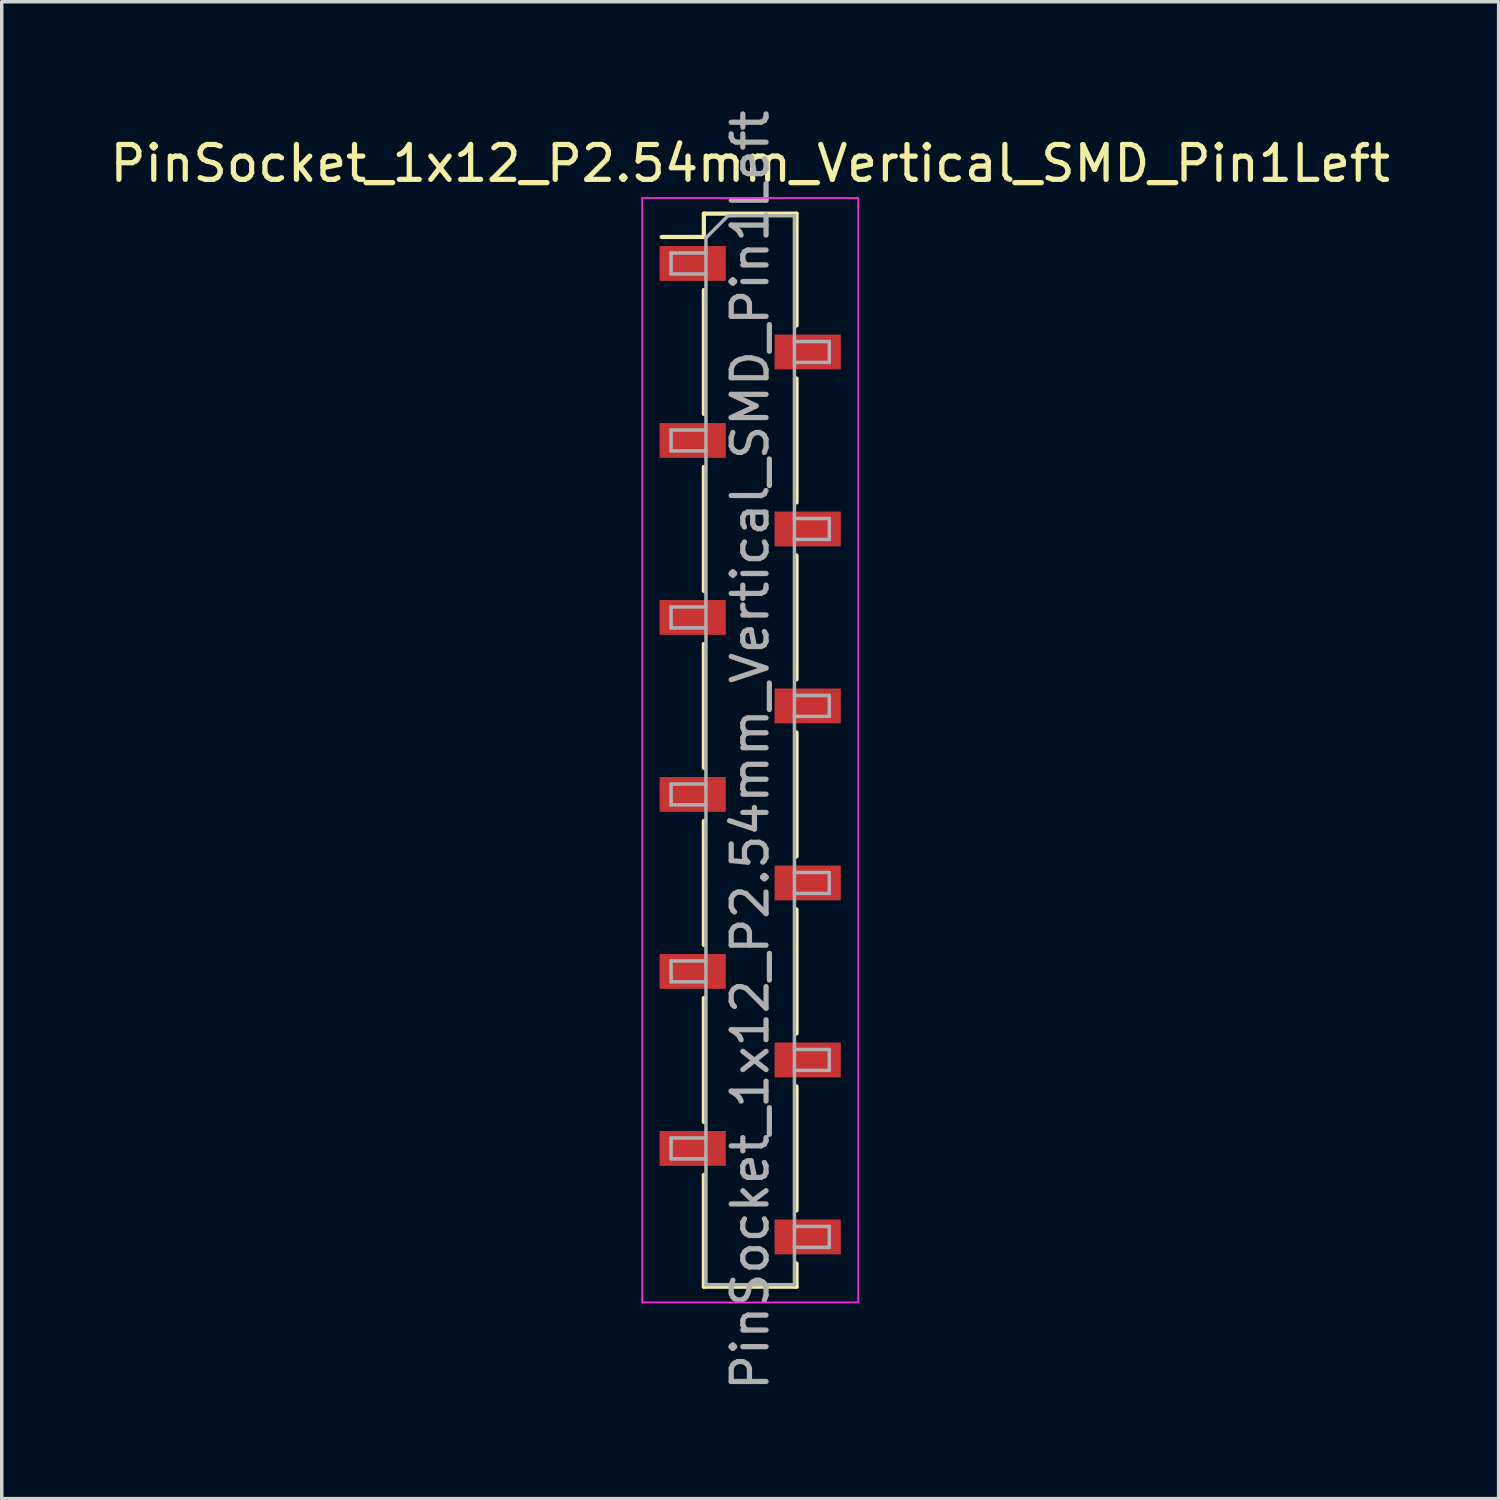
<source format=kicad_pcb>
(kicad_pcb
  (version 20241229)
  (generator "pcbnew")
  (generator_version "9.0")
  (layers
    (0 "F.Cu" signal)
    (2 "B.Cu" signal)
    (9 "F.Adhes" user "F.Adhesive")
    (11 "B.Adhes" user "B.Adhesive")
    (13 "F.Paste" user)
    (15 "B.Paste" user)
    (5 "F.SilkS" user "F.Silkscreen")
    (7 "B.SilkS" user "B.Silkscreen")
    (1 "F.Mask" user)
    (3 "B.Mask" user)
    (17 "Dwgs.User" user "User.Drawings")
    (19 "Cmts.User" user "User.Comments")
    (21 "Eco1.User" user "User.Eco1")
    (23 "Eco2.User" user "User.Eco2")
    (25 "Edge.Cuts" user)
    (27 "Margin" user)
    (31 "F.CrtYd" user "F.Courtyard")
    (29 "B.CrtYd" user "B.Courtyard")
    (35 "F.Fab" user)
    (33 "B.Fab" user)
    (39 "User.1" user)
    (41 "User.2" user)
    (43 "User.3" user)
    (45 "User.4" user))
  (footprint "PinSocket_1x12_P2.54mm_Vertical_SMD_Pin1Left"
    (layer "F.Cu")
    (at 18.482 18.482)
    (property "Reference" "PinSocket_1x12_P2.54mm_Vertical_SMD_Pin1Left" (at 0 -16.84 0) (layer "F.SilkS") (effects (font (size 1 1) (thickness 0.15))))
    (attr smd)
    (fp_line (start -2.54 -14.73) (end -1.33 -14.73) (stroke (width 0.12) (type solid)) (layer "F.SilkS"))
    (fp_line (start -1.33 -15.4) (end -1.33 -14.73) (stroke (width 0.12) (type solid)) (layer "F.SilkS"))
    (fp_line (start -1.33 -15.4) (end 1.33 -15.4) (stroke (width 0.12) (type solid)) (layer "F.SilkS"))
    (fp_line (start -1.33 -13.21) (end -1.33 -9.65) (stroke (width 0.12) (type solid)) (layer "F.SilkS"))
    (fp_line (start -1.33 -8.13) (end -1.33 -4.57) (stroke (width 0.12) (type solid)) (layer "F.SilkS"))
    (fp_line (start -1.33 -3.05) (end -1.33 0.51) (stroke (width 0.12) (type solid)) (layer "F.SilkS"))
    (fp_line (start -1.33 2.03) (end -1.33 5.59) (stroke (width 0.12) (type solid)) (layer "F.SilkS"))
    (fp_line (start -1.33 7.11) (end -1.33 10.67) (stroke (width 0.12) (type solid)) (layer "F.SilkS"))
    (fp_line (start -1.33 12.19) (end -1.33 15.4) (stroke (width 0.12) (type solid)) (layer "F.SilkS"))
    (fp_line (start -1.33 15.4) (end 1.33 15.4) (stroke (width 0.12) (type solid)) (layer "F.SilkS"))
    (fp_line (start 1.33 -15.4) (end 1.33 -12.19) (stroke (width 0.12) (type solid)) (layer "F.SilkS"))
    (fp_line (start 1.33 -10.67) (end 1.33 -7.11) (stroke (width 0.12) (type solid)) (layer "F.SilkS"))
    (fp_line (start 1.33 -5.59) (end 1.33 -2.03) (stroke (width 0.12) (type solid)) (layer "F.SilkS"))
    (fp_line (start 1.33 -0.51) (end 1.33 3.05) (stroke (width 0.12) (type solid)) (layer "F.SilkS"))
    (fp_line (start 1.33 4.57) (end 1.33 8.13) (stroke (width 0.12) (type solid)) (layer "F.SilkS"))
    (fp_line (start 1.33 9.65) (end 1.33 13.21) (stroke (width 0.12) (type solid)) (layer "F.SilkS"))
    (fp_line (start 1.33 14.73) (end 1.33 15.4) (stroke (width 0.12) (type solid)) (layer "F.SilkS"))
    (fp_line (start -3.1 -15.85) (end 3.1 -15.85) (stroke (width 0.05) (type solid)) (layer "F.CrtYd"))
    (fp_line (start -3.1 15.85) (end -3.1 -15.85) (stroke (width 0.05) (type solid)) (layer "F.CrtYd"))
    (fp_line (start 3.1 -15.85) (end 3.1 15.85) (stroke (width 0.05) (type solid)) (layer "F.CrtYd"))
    (fp_line (start 3.1 15.85) (end -3.1 15.85) (stroke (width 0.05) (type solid)) (layer "F.CrtYd"))
    (fp_line (start -2.27 -14.27) (end -1.27 -14.27) (stroke (width 0.1) (type solid)) (layer "F.Fab"))
    (fp_line (start -2.27 -13.67) (end -2.27 -14.27) (stroke (width 0.1) (type solid)) (layer "F.Fab"))
    (fp_line (start -2.27 -9.19) (end -1.27 -9.19) (stroke (width 0.1) (type solid)) (layer "F.Fab"))
    (fp_line (start -2.27 -8.59) (end -2.27 -9.19) (stroke (width 0.1) (type solid)) (layer "F.Fab"))
    (fp_line (start -2.27 -4.11) (end -1.27 -4.11) (stroke (width 0.1) (type solid)) (layer "F.Fab"))
    (fp_line (start -2.27 -3.51) (end -2.27 -4.11) (stroke (width 0.1) (type solid)) (layer "F.Fab"))
    (fp_line (start -2.27 0.97) (end -1.27 0.97) (stroke (width 0.1) (type solid)) (layer "F.Fab"))
    (fp_line (start -2.27 1.57) (end -2.27 0.97) (stroke (width 0.1) (type solid)) (layer "F.Fab"))
    (fp_line (start -2.27 6.05) (end -1.27 6.05) (stroke (width 0.1) (type solid)) (layer "F.Fab"))
    (fp_line (start -2.27 6.65) (end -2.27 6.05) (stroke (width 0.1) (type solid)) (layer "F.Fab"))
    (fp_line (start -2.27 11.13) (end -1.27 11.13) (stroke (width 0.1) (type solid)) (layer "F.Fab"))
    (fp_line (start -2.27 11.73) (end -2.27 11.13) (stroke (width 0.1) (type solid)) (layer "F.Fab"))
    (fp_line (start -1.27 -14.705) (end -0.635 -15.34) (stroke (width 0.1) (type solid)) (layer "F.Fab"))
    (fp_line (start -1.27 -13.67) (end -2.27 -13.67) (stroke (width 0.1) (type solid)) (layer "F.Fab"))
    (fp_line (start -1.27 -8.59) (end -2.27 -8.59) (stroke (width 0.1) (type solid)) (layer "F.Fab"))
    (fp_line (start -1.27 -3.51) (end -2.27 -3.51) (stroke (width 0.1) (type solid)) (layer "F.Fab"))
    (fp_line (start -1.27 1.57) (end -2.27 1.57) (stroke (width 0.1) (type solid)) (layer "F.Fab"))
    (fp_line (start -1.27 6.65) (end -2.27 6.65) (stroke (width 0.1) (type solid)) (layer "F.Fab"))
    (fp_line (start -1.27 11.73) (end -2.27 11.73) (stroke (width 0.1) (type solid)) (layer "F.Fab"))
    (fp_line (start -1.27 15.34) (end -1.27 -14.705) (stroke (width 0.1) (type solid)) (layer "F.Fab"))
    (fp_line (start -0.635 -15.34) (end 1.27 -15.34) (stroke (width 0.1) (type solid)) (layer "F.Fab"))
    (fp_line (start 1.27 -15.34) (end 1.27 15.34) (stroke (width 0.1) (type solid)) (layer "F.Fab"))
    (fp_line (start 1.27 -11.73) (end 2.27 -11.73) (stroke (width 0.1) (type solid)) (layer "F.Fab"))
    (fp_line (start 1.27 -6.65) (end 2.27 -6.65) (stroke (width 0.1) (type solid)) (layer "F.Fab"))
    (fp_line (start 1.27 -1.57) (end 2.27 -1.57) (stroke (width 0.1) (type solid)) (layer "F.Fab"))
    (fp_line (start 1.27 3.51) (end 2.27 3.51) (stroke (width 0.1) (type solid)) (layer "F.Fab"))
    (fp_line (start 1.27 8.59) (end 2.27 8.59) (stroke (width 0.1) (type solid)) (layer "F.Fab"))
    (fp_line (start 1.27 13.67) (end 2.27 13.67) (stroke (width 0.1) (type solid)) (layer "F.Fab"))
    (fp_line (start 1.27 15.34) (end -1.27 15.34) (stroke (width 0.1) (type solid)) (layer "F.Fab"))
    (fp_line (start 2.27 -11.73) (end 2.27 -11.13) (stroke (width 0.1) (type solid)) (layer "F.Fab"))
    (fp_line (start 2.27 -11.13) (end 1.27 -11.13) (stroke (width 0.1) (type solid)) (layer "F.Fab"))
    (fp_line (start 2.27 -6.65) (end 2.27 -6.05) (stroke (width 0.1) (type solid)) (layer "F.Fab"))
    (fp_line (start 2.27 -6.05) (end 1.27 -6.05) (stroke (width 0.1) (type solid)) (layer "F.Fab"))
    (fp_line (start 2.27 -1.57) (end 2.27 -0.97) (stroke (width 0.1) (type solid)) (layer "F.Fab"))
    (fp_line (start 2.27 -0.97) (end 1.27 -0.97) (stroke (width 0.1) (type solid)) (layer "F.Fab"))
    (fp_line (start 2.27 3.51) (end 2.27 4.11) (stroke (width 0.1) (type solid)) (layer "F.Fab"))
    (fp_line (start 2.27 4.11) (end 1.27 4.11) (stroke (width 0.1) (type solid)) (layer "F.Fab"))
    (fp_line (start 2.27 8.59) (end 2.27 9.19) (stroke (width 0.1) (type solid)) (layer "F.Fab"))
    (fp_line (start 2.27 9.19) (end 1.27 9.19) (stroke (width 0.1) (type solid)) (layer "F.Fab"))
    (fp_line (start 2.27 13.67) (end 2.27 14.27) (stroke (width 0.1) (type solid)) (layer "F.Fab"))
    (fp_line (start 2.27 14.27) (end 1.27 14.27) (stroke (width 0.1) (type solid)) (layer "F.Fab"))
    (fp_text user "${REFERENCE}" (at 0 0 90) (layer "F.Fab") (effects (font (size 1 1) (thickness 0.15))))
    (pad "1" smd rect (at -1.65 -13.97) (size 1.9 1) (layers "F.Cu" "F.Mask" "F.Paste"))
    (pad "2" smd rect (at 1.65 -11.43) (size 1.9 1) (layers "F.Cu" "F.Mask" "F.Paste"))
    (pad "3" smd rect (at -1.65 -8.89) (size 1.9 1) (layers "F.Cu" "F.Mask" "F.Paste"))
    (pad "4" smd rect (at 1.65 -6.35) (size 1.9 1) (layers "F.Cu" "F.Mask" "F.Paste"))
    (pad "5" smd rect (at -1.65 -3.81) (size 1.9 1) (layers "F.Cu" "F.Mask" "F.Paste"))
    (pad "6" smd rect (at 1.65 -1.27) (size 1.9 1) (layers "F.Cu" "F.Mask" "F.Paste"))
    (pad "7" smd rect (at -1.65 1.27) (size 1.9 1) (layers "F.Cu" "F.Mask" "F.Paste"))
    (pad "8" smd rect (at 1.65 3.81) (size 1.9 1) (layers "F.Cu" "F.Mask" "F.Paste"))
    (pad "9" smd rect (at -1.65 6.35) (size 1.9 1) (layers "F.Cu" "F.Mask" "F.Paste"))
    (pad "10" smd rect (at 1.65 8.89) (size 1.9 1) (layers "F.Cu" "F.Mask" "F.Paste"))
    (pad "11" smd rect (at -1.65 11.43) (size 1.9 1) (layers "F.Cu" "F.Mask" "F.Paste"))
    (pad "12" smd rect (at 1.65 13.97) (size 1.9 1) (layers "F.Cu" "F.Mask" "F.Paste")))
  (gr_rect
    (start -3 -3)
    (end 39.964 39.964)
    (stroke (width 0.1) (type default))
    (fill no)
    (layer "Edge.Cuts")))
</source>
